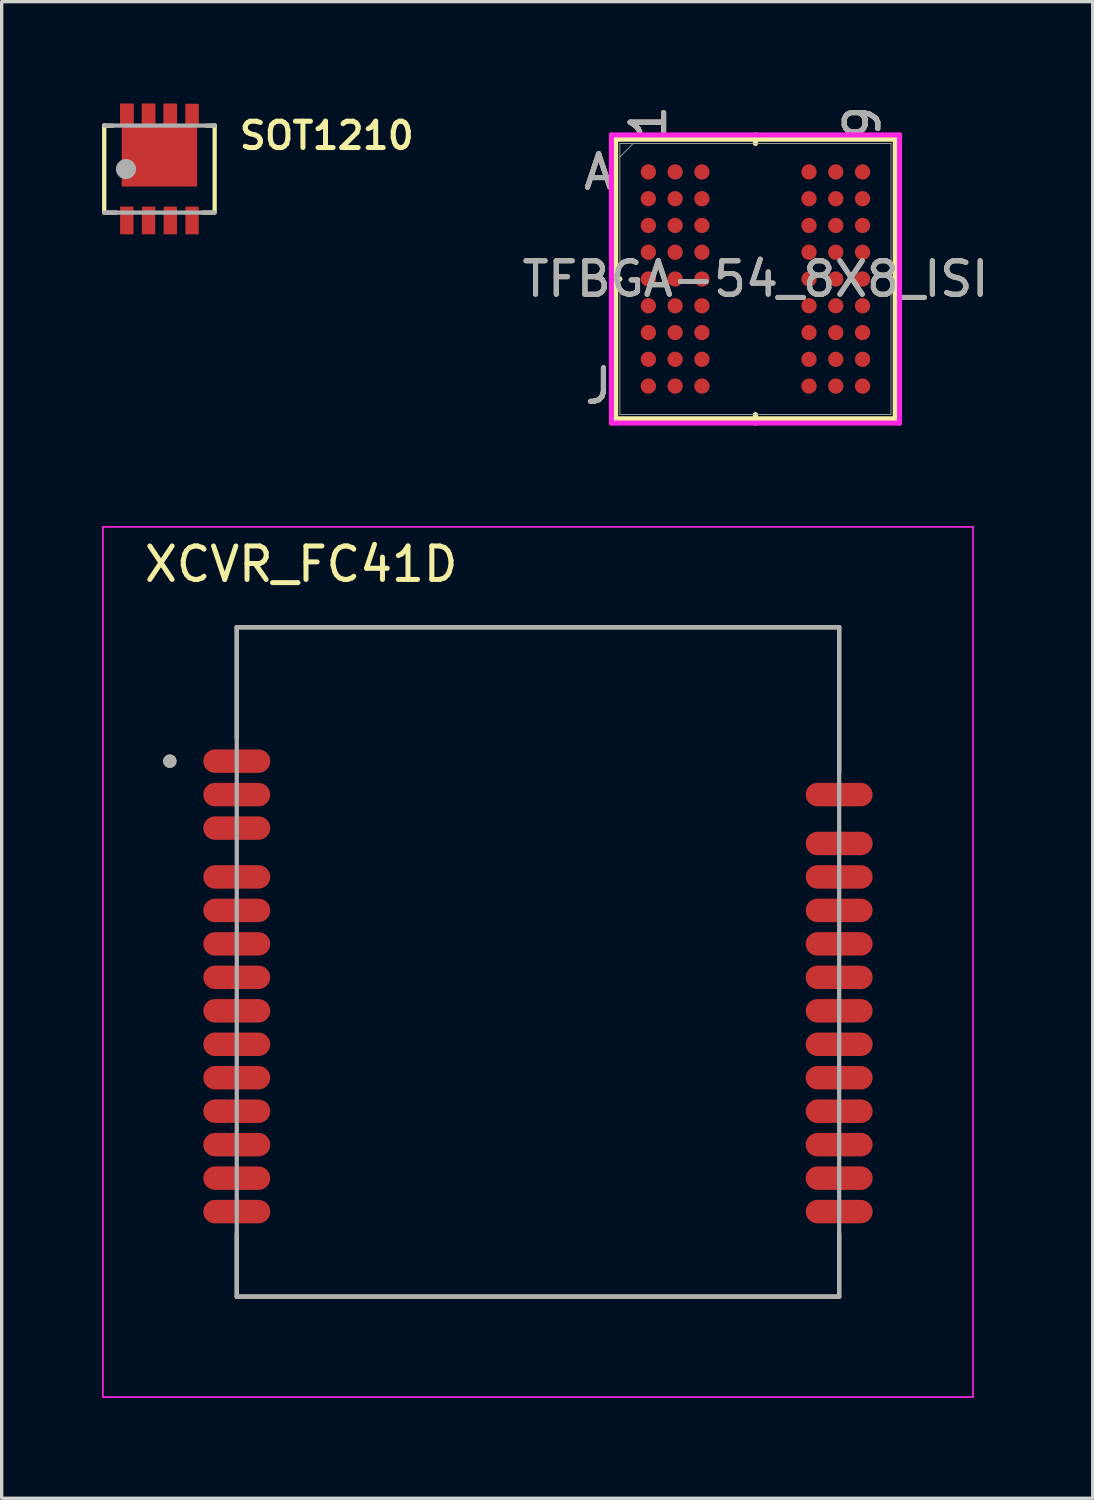
<source format=kicad_pcb>
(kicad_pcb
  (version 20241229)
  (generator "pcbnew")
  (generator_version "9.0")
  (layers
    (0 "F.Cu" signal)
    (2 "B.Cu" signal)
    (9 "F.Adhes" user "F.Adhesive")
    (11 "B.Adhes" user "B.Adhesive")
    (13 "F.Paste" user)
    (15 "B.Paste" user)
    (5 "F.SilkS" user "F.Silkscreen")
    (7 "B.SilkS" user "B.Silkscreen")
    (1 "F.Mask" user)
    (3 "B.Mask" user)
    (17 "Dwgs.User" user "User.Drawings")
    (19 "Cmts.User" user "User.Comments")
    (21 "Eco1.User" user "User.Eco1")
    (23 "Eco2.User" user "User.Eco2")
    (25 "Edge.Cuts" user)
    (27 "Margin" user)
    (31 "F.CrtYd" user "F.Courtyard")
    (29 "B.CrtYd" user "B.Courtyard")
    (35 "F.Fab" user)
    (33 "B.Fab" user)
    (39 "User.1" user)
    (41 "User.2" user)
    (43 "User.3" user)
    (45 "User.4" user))
  (footprint "SOT1210"
    (layer "F.Cu")
    (at 1.714 2.002)
    (property "Reference" "SOT1210" (at 5 -1 0) (layer "F.SilkS") (effects (font (size 0.787 0.787) (thickness 0.15))))
    (attr smd)
    (fp_poly (pts (xy -1.225 1.07) (xy -0.725 1.07) (xy -0.725 2) (xy -1.225 2)) (stroke (width 0.01) (type solid)) (fill yes) (layer "F.Mask"))
    (fp_poly (pts (xy -0.575 1.07) (xy -0.075 1.07) (xy -0.075 2) (xy -0.575 2)) (stroke (width 0.01) (type solid)) (fill yes) (layer "F.Mask"))
    (fp_poly (pts (xy 0.075 1.07) (xy 0.575 1.07) (xy 0.575 2) (xy 0.075 2)) (stroke (width 0.01) (type solid)) (fill yes) (layer "F.Mask"))
    (fp_poly (pts (xy 0.725 1.07) (xy 1.225 1.07) (xy 1.225 2) (xy 0.725 2)) (stroke (width 0.01) (type solid)) (fill yes) (layer "F.Mask"))
    (fp_poly (pts (xy -0.725 -2) (xy -0.725 -1.38) (xy -0.575 -1.38) (xy -0.575 -2) (xy -0.075 -2) (xy -0.075 -1.38) (xy 0.075 -1.38) (xy 0.075 -2) (xy 0.575 -2) (xy 0.575 -1.38) (xy 0.725 -1.38) (xy 0.725 -2) (xy 1.225 -2) (xy 1.225 -1.15) (xy 1.188 -1.15) (xy 1.188 0.57) (xy -1.188 0.57) (xy -1.188 -1.15) (xy -1.225 -1.15) (xy -1.225 -2)) (stroke (width 0.005) (type solid)) (fill yes) (layer "F.Mask"))
    (fp_line (start -1.65 -1.296) (end -1.65 -1.3) (stroke (width 0.127) (type solid)) (layer "F.SilkS"))
    (fp_line (start -1.65 -1.296) (end -1.404 -1.296) (stroke (width 0.127) (type solid)) (layer "F.SilkS"))
    (fp_line (start -1.65 1.3) (end -1.65 -1.296) (stroke (width 0.127) (type solid)) (layer "F.SilkS"))
    (fp_line (start -1.62 1.3) (end -1.296 1.3) (stroke (width 0.127) (type solid)) (layer "F.SilkS"))
    (fp_line (start 1.62 1.3) (end 1.296 1.3) (stroke (width 0.127) (type solid)) (layer "F.SilkS"))
    (fp_line (start 1.65 -1.3) (end 1.65 -1.296) (stroke (width 0.127) (type solid)) (layer "F.SilkS"))
    (fp_line (start 1.65 -1.296) (end 1.404 -1.296) (stroke (width 0.127) (type solid)) (layer "F.SilkS"))
    (fp_line (start 1.65 -1.296) (end 1.65 1.3) (stroke (width 0.127) (type solid)) (layer "F.SilkS"))
    (fp_poly (pts (xy -1.125 -1.95) (xy -0.825 -1.95) (xy -0.825 -1.2) (xy -1.125 -1.2)) (stroke (width 0.01) (type solid)) (fill yes) (layer "F.Paste"))
    (fp_poly (pts (xy -1.125 1.12) (xy -0.825 1.12) (xy -0.825 1.95) (xy -1.125 1.95)) (stroke (width 0.01) (type solid)) (fill yes) (layer "F.Paste"))
    (fp_poly (pts (xy -0.944 -0.9) (xy -0.308 -0.9) (xy -0.308 -0.39) (xy -0.944 -0.39)) (stroke (width 0.01) (type solid)) (fill yes) (layer "F.Paste"))
    (fp_poly (pts (xy -0.944 -0.04) (xy -0.308 -0.04) (xy -0.308 0.47) (xy -0.944 0.47)) (stroke (width 0.01) (type solid)) (fill yes) (layer "F.Paste"))
    (fp_poly (pts (xy -0.475 -1.95) (xy -0.175 -1.95) (xy -0.175 -1.2) (xy -0.475 -1.2)) (stroke (width 0.01) (type solid)) (fill yes) (layer "F.Paste"))
    (fp_poly (pts (xy -0.475 1.12) (xy -0.175 1.12) (xy -0.175 1.95) (xy -0.475 1.95)) (stroke (width 0.01) (type solid)) (fill yes) (layer "F.Paste"))
    (fp_poly (pts (xy 0.175 -1.95) (xy 0.475 -1.95) (xy 0.475 -1.2) (xy 0.175 -1.2)) (stroke (width 0.01) (type solid)) (fill yes) (layer "F.Paste"))
    (fp_poly (pts (xy 0.175 1.12) (xy 0.475 1.12) (xy 0.475 1.95) (xy 0.175 1.95)) (stroke (width 0.01) (type solid)) (fill yes) (layer "F.Paste"))
    (fp_poly (pts (xy 0.308 -0.9) (xy 0.944 -0.9) (xy 0.944 -0.39) (xy 0.308 -0.39)) (stroke (width 0.01) (type solid)) (fill yes) (layer "F.Paste"))
    (fp_poly (pts (xy 0.308 -0.04) (xy 0.944 -0.04) (xy 0.944 0.47) (xy 0.308 0.47)) (stroke (width 0.01) (type solid)) (fill yes) (layer "F.Paste"))
    (fp_poly (pts (xy 0.825 -1.95) (xy 1.125 -1.95) (xy 1.125 -1.2) (xy 0.825 -1.2)) (stroke (width 0.01) (type solid)) (fill yes) (layer "F.Paste"))
    (fp_poly (pts (xy 0.825 1.12) (xy 1.125 1.12) (xy 1.125 1.95) (xy 0.825 1.95)) (stroke (width 0.01) (type solid)) (fill yes) (layer "F.Paste"))
    (fp_line (start -1.65 -1.3) (end 1.65 -1.3) (stroke (width 0.127) (type solid)) (layer "F.Fab"))
    (fp_line (start 1.65 1.3) (end -1.65 1.3) (stroke (width 0.127) (type solid)) (layer "F.Fab"))
    (fp_circle (center -1 0) (end -0.7 0) (stroke (width 0) (type solid)) (fill yes) (layer "F.Fab"))
    (pad "1" smd rect (at -0.975 1.535) (size 0.4 0.83) (layers "F.Cu"))
    (pad "2" smd rect (at -0.325 1.535) (size 0.4 0.83) (layers "F.Cu"))
    (pad "3" smd rect (at 0.325 1.535) (size 0.4 0.83) (layers "F.Cu"))
    (pad "4" smd rect (at 0.975 1.535) (size 0.4 0.83) (layers "F.Cu"))
    (pad "MB@1" smd custom (at 0.975 -1.645) (size 0.4 0.62) (layers "F.Cu") (options (anchor rect)) (primitives (gr_poly (pts (xy -2.1 0.315) (xy -2.1 2.165) (xy 0.15 2.165) (xy 0.15 0.315) (xy 0.2 0.315) (xy 0.2 -0.305) (xy -0.2 -0.305) (xy -0.2 0.315) (xy -0.45 0.315) (xy -0.45 -0.305) (xy -0.85 -0.305) (xy -0.85 0.315) (xy -1.1 0.315) (xy -1.1 -0.305) (xy -1.5 -0.305) (xy -1.5 0.315) (xy -1.75 0.315) (xy -1.75 -0.305) (xy -2.15 -0.305) (xy -2.15 0.315)) (width 0.005) (fill yes))))
    (pad "MB@2" smd rect (at -0.975 -1.645) (size 0.4 0.62) (layers "F.Cu"))
    (pad "MB@3" smd rect (at 0.325 -1.645) (size 0.4 0.62) (layers "F.Cu"))
    (pad "MB@4" smd rect (at -0.325 -1.645) (size 0.4 0.62) (layers "F.Cu")))
  (footprint "TFBGA-54_8X8_ISI"
    (layer "F.Cu")
    (at 19.524 5.287)
    (property "Reference" "TFBGA-54_8X8_ISI" (at 0 0 0) (unlocked yes) (layer "F.SilkS") (effects (font (size 1 1) (thickness 0.15))))
    (attr smd)
    (fp_line (start -4.178 -4.178) (end -4.178 4.178) (stroke (width 0.152) (type solid)) (layer "F.SilkS"))
    (fp_line (start -4.178 4.178) (end 4.178 4.178) (stroke (width 0.152) (type solid)) (layer "F.SilkS"))
    (fp_line (start -4.051 0) (end -4.305 0) (stroke (width 0.152) (type solid)) (layer "F.SilkS"))
    (fp_line (start 0 -4.051) (end 0 -4.305) (stroke (width 0.152) (type solid)) (layer "F.SilkS"))
    (fp_line (start 0 4.051) (end 0 4.305) (stroke (width 0.152) (type solid)) (layer "F.SilkS"))
    (fp_line (start 4.051 0) (end 4.305 0) (stroke (width 0.152) (type solid)) (layer "F.SilkS"))
    (fp_line (start 4.178 -4.178) (end -4.178 -4.178) (stroke (width 0.152) (type solid)) (layer "F.SilkS"))
    (fp_line (start 4.178 4.178) (end 4.178 -4.178) (stroke (width 0.152) (type solid)) (layer "F.SilkS"))
    (fp_poly (pts (xy -4.045 -4.045) (xy 4.045 -4.045) (xy 4.045 4.045) (xy -4.045 4.045)) (stroke (width 0.1) (type solid)) (fill no) (layer "Eco2.User"))
    (fp_line (start -4.305 -4.305) (end 4.305 -4.305) (stroke (width 0.152) (type solid)) (layer "F.CrtYd"))
    (fp_line (start -4.305 4.305) (end -4.305 -4.305) (stroke (width 0.152) (type solid)) (layer "F.CrtYd"))
    (fp_line (start 4.305 -4.305) (end 4.305 4.305) (stroke (width 0.152) (type solid)) (layer "F.CrtYd"))
    (fp_line (start 4.305 4.305) (end -4.305 4.305) (stroke (width 0.152) (type solid)) (layer "F.CrtYd"))
    (fp_line (start -4.051 -4.051) (end -4.051 4.051) (stroke (width 0.025) (type solid)) (layer "F.Fab"))
    (fp_line (start -4.051 4.051) (end 4.051 4.051) (stroke (width 0.025) (type solid)) (layer "F.Fab"))
    (fp_line (start -3.651 -4.051) (end -4.051 -3.651) (stroke (width 0.025) (type solid)) (layer "F.Fab"))
    (fp_line (start 4.051 -4.051) (end -4.051 -4.051) (stroke (width 0.025) (type solid)) (layer "F.Fab"))
    (fp_line (start 4.051 4.051) (end 4.051 -4.051) (stroke (width 0.025) (type solid)) (layer "F.Fab"))
    (fp_text user "A" (at -4.686 -3.2 0) (unlocked yes) (layer "F.SilkS") (effects (font (size 1 1) (thickness 0.15))))
    (fp_text user "9" (at 3.2 -4.686 90) (unlocked yes) (layer "F.SilkS") (effects (font (size 1 1) (thickness 0.15))))
    (fp_text user "J" (at -4.686 3.2 0) (unlocked yes) (layer "F.SilkS") (effects (font (size 1 1) (thickness 0.15))))
    (fp_text user "1" (at -3.2 -4.686 90) (unlocked yes) (layer "F.SilkS") (effects (font (size 1 1) (thickness 0.15))))
    (fp_text user "A" (at -4.686 -3.2 0) (unlocked yes) (layer "B.SilkS") (effects (font (size 1 1) (thickness 0.15))))
    (fp_text user "9" (at 3.2 -4.686 90) (unlocked yes) (layer "B.SilkS") (effects (font (size 1 1) (thickness 0.15))))
    (fp_text user "1" (at -3.2 -4.686 90) (unlocked yes) (layer "B.SilkS") (effects (font (size 1 1) (thickness 0.15))))
    (fp_text user "J" (at -4.686 3.2 0) (unlocked yes) (layer "B.SilkS") (effects (font (size 1 1) (thickness 0.15))))
    (fp_text user "A" (at -4.686 -3.2 0) (unlocked yes) (layer "F.Fab") (effects (font (size 1 1) (thickness 0.15))))
    (fp_text user "9" (at 3.2 -4.686 90) (unlocked yes) (layer "F.Fab") (effects (font (size 1 1) (thickness 0.15))))
    (fp_text user "J" (at -4.686 3.2 0) (unlocked yes) (layer "F.Fab") (effects (font (size 1 1) (thickness 0.15))))
    (fp_text user "1" (at -3.2 -4.686 90) (unlocked yes) (layer "F.Fab") (effects (font (size 1 1) (thickness 0.15))))
    (fp_text user "${REFERENCE}" (at 0 0 0) (unlocked yes) (layer "F.Fab") (effects (font (size 1 1) (thickness 0.15))))
    (pad "A1" smd circle (at -3.2 -3.2) (size 0.457 0.457) (layers "F.Cu" "F.Mask" "F.Paste"))
    (pad "A2" smd circle (at -2.4 -3.2) (size 0.457 0.457) (layers "F.Cu" "F.Mask" "F.Paste"))
    (pad "A3" smd circle (at -1.6 -3.2) (size 0.457 0.457) (layers "F.Cu" "F.Mask" "F.Paste"))
    (pad "A7" smd circle (at 1.6 -3.2) (size 0.457 0.457) (layers "F.Cu" "F.Mask" "F.Paste"))
    (pad "A8" smd circle (at 2.4 -3.2) (size 0.457 0.457) (layers "F.Cu" "F.Mask" "F.Paste"))
    (pad "A9" smd circle (at 3.2 -3.2) (size 0.457 0.457) (layers "F.Cu" "F.Mask" "F.Paste"))
    (pad "B1" smd circle (at -3.2 -2.4) (size 0.457 0.457) (layers "F.Cu" "F.Mask" "F.Paste"))
    (pad "B2" smd circle (at -2.4 -2.4) (size 0.457 0.457) (layers "F.Cu" "F.Mask" "F.Paste"))
    (pad "B3" smd circle (at -1.6 -2.4) (size 0.457 0.457) (layers "F.Cu" "F.Mask" "F.Paste"))
    (pad "B7" smd circle (at 1.6 -2.4) (size 0.457 0.457) (layers "F.Cu" "F.Mask" "F.Paste"))
    (pad "B8" smd circle (at 2.4 -2.4) (size 0.457 0.457) (layers "F.Cu" "F.Mask" "F.Paste"))
    (pad "B9" smd circle (at 3.2 -2.4) (size 0.457 0.457) (layers "F.Cu" "F.Mask" "F.Paste"))
    (pad "C1" smd circle (at -3.2 -1.6) (size 0.457 0.457) (layers "F.Cu" "F.Mask" "F.Paste"))
    (pad "C2" smd circle (at -2.4 -1.6) (size 0.457 0.457) (layers "F.Cu" "F.Mask" "F.Paste"))
    (pad "C3" smd circle (at -1.6 -1.6) (size 0.457 0.457) (layers "F.Cu" "F.Mask" "F.Paste"))
    (pad "C7" smd circle (at 1.6 -1.6) (size 0.457 0.457) (layers "F.Cu" "F.Mask" "F.Paste"))
    (pad "C8" smd circle (at 2.4 -1.6) (size 0.457 0.457) (layers "F.Cu" "F.Mask" "F.Paste"))
    (pad "C9" smd circle (at 3.2 -1.6) (size 0.457 0.457) (layers "F.Cu" "F.Mask" "F.Paste"))
    (pad "D1" smd circle (at -3.2 -0.8) (size 0.457 0.457) (layers "F.Cu" "F.Mask" "F.Paste"))
    (pad "D2" smd circle (at -2.4 -0.8) (size 0.457 0.457) (layers "F.Cu" "F.Mask" "F.Paste"))
    (pad "D3" smd circle (at -1.6 -0.8) (size 0.457 0.457) (layers "F.Cu" "F.Mask" "F.Paste"))
    (pad "D7" smd circle (at 1.6 -0.8) (size 0.457 0.457) (layers "F.Cu" "F.Mask" "F.Paste"))
    (pad "D8" smd circle (at 2.4 -0.8) (size 0.457 0.457) (layers "F.Cu" "F.Mask" "F.Paste"))
    (pad "D9" smd circle (at 3.2 -0.8) (size 0.457 0.457) (layers "F.Cu" "F.Mask" "F.Paste"))
    (pad "E1" smd circle (at -3.2 0) (size 0.457 0.457) (layers "F.Cu" "F.Mask" "F.Paste"))
    (pad "E2" smd circle (at -2.4 0) (size 0.457 0.457) (layers "F.Cu" "F.Mask" "F.Paste"))
    (pad "E3" smd circle (at -1.6 0) (size 0.457 0.457) (layers "F.Cu" "F.Mask" "F.Paste"))
    (pad "E7" smd circle (at 1.6 0) (size 0.457 0.457) (layers "F.Cu" "F.Mask" "F.Paste"))
    (pad "E8" smd circle (at 2.4 0) (size 0.457 0.457) (layers "F.Cu" "F.Mask" "F.Paste"))
    (pad "E9" smd circle (at 3.2 0) (size 0.457 0.457) (layers "F.Cu" "F.Mask" "F.Paste"))
    (pad "F1" smd circle (at -3.2 0.8) (size 0.457 0.457) (layers "F.Cu" "F.Mask" "F.Paste"))
    (pad "F2" smd circle (at -2.4 0.8) (size 0.457 0.457) (layers "F.Cu" "F.Mask" "F.Paste"))
    (pad "F3" smd circle (at -1.6 0.8) (size 0.457 0.457) (layers "F.Cu" "F.Mask" "F.Paste"))
    (pad "F7" smd circle (at 1.6 0.8) (size 0.457 0.457) (layers "F.Cu" "F.Mask" "F.Paste"))
    (pad "F8" smd circle (at 2.4 0.8) (size 0.457 0.457) (layers "F.Cu" "F.Mask" "F.Paste"))
    (pad "F9" smd circle (at 3.2 0.8) (size 0.457 0.457) (layers "F.Cu" "F.Mask" "F.Paste"))
    (pad "G1" smd circle (at -3.2 1.6) (size 0.457 0.457) (layers "F.Cu" "F.Mask" "F.Paste"))
    (pad "G2" smd circle (at -2.4 1.6) (size 0.457 0.457) (layers "F.Cu" "F.Mask" "F.Paste"))
    (pad "G3" smd circle (at -1.6 1.6) (size 0.457 0.457) (layers "F.Cu" "F.Mask" "F.Paste"))
    (pad "G7" smd circle (at 1.6 1.6) (size 0.457 0.457) (layers "F.Cu" "F.Mask" "F.Paste"))
    (pad "G8" smd circle (at 2.4 1.6) (size 0.457 0.457) (layers "F.Cu" "F.Mask" "F.Paste"))
    (pad "G9" smd circle (at 3.2 1.6) (size 0.457 0.457) (layers "F.Cu" "F.Mask" "F.Paste"))
    (pad "H1" smd circle (at -3.2 2.4) (size 0.457 0.457) (layers "F.Cu" "F.Mask" "F.Paste"))
    (pad "H2" smd circle (at -2.4 2.4) (size 0.457 0.457) (layers "F.Cu" "F.Mask" "F.Paste"))
    (pad "H3" smd circle (at -1.6 2.4) (size 0.457 0.457) (layers "F.Cu" "F.Mask" "F.Paste"))
    (pad "H7" smd circle (at 1.6 2.4) (size 0.457 0.457) (layers "F.Cu" "F.Mask" "F.Paste"))
    (pad "H8" smd circle (at 2.4 2.4) (size 0.457 0.457) (layers "F.Cu" "F.Mask" "F.Paste"))
    (pad "H9" smd circle (at 3.2 2.4) (size 0.457 0.457) (layers "F.Cu" "F.Mask" "F.Paste"))
    (pad "J1" smd circle (at -3.2 3.2) (size 0.457 0.457) (layers "F.Cu" "F.Mask" "F.Paste"))
    (pad "J2" smd circle (at -2.4 3.2) (size 0.457 0.457) (layers "F.Cu" "F.Mask" "F.Paste"))
    (pad "J3" smd circle (at -1.6 3.2) (size 0.457 0.457) (layers "F.Cu" "F.Mask" "F.Paste"))
    (pad "J7" smd circle (at 1.6 3.2) (size 0.457 0.457) (layers "F.Cu" "F.Mask" "F.Paste"))
    (pad "J8" smd circle (at 2.4 3.2) (size 0.457 0.457) (layers "F.Cu" "F.Mask" "F.Paste"))
    (pad "J9" smd circle (at 3.2 3.2) (size 0.457 0.457) (layers "F.Cu" "F.Mask" "F.Paste")))
  (footprint "XCVR_FC41D"
    (layer "F.Cu")
    (at 13.025 25.694)
    (property "Reference" "XCVR_FC41D" (at -7.075 -11.885 0) (layer "F.SilkS") (effects (font (size 1 1) (thickness 0.15))))
    (attr smd)
    (fp_line (start -9 -10) (end -9 -6.67) (stroke (width 0.127) (type solid)) (layer "F.SilkS"))
    (fp_line (start -9 10) (end -9 8.13) (stroke (width 0.127) (type solid)) (layer "F.SilkS"))
    (fp_line (start -9 10) (end 9 10) (stroke (width 0.127) (type solid)) (layer "F.SilkS"))
    (fp_line (start 9 -10) (end -9 -10) (stroke (width 0.127) (type solid)) (layer "F.SilkS"))
    (fp_line (start 9 -5.67) (end 9 -10) (stroke (width 0.127) (type solid)) (layer "F.SilkS"))
    (fp_line (start 9 10) (end 9 8.13) (stroke (width 0.127) (type solid)) (layer "F.SilkS"))
    (fp_circle (center -11 -6) (end -10.9 -6) (stroke (width 0.2) (type solid)) (fill no) (layer "F.SilkS"))
    (fp_line (start -13 -13) (end -13 13) (stroke (width 0.05) (type solid)) (layer "F.CrtYd"))
    (fp_line (start -13 13) (end 13 13) (stroke (width 0.05) (type solid)) (layer "F.CrtYd"))
    (fp_line (start 13 -13) (end -13 -13) (stroke (width 0.05) (type solid)) (layer "F.CrtYd"))
    (fp_line (start 13 13) (end 13 -13) (stroke (width 0.05) (type solid)) (layer "F.CrtYd"))
    (fp_line (start -9 -10) (end -9 10) (stroke (width 0.127) (type solid)) (layer "F.Fab"))
    (fp_line (start -9 10) (end 9 10) (stroke (width 0.127) (type solid)) (layer "F.Fab"))
    (fp_line (start 9 -10) (end -9 -10) (stroke (width 0.127) (type solid)) (layer "F.Fab"))
    (fp_line (start 9 10) (end 9 -10) (stroke (width 0.127) (type solid)) (layer "F.Fab"))
    (fp_circle (center -11 -6) (end -10.9 -6) (stroke (width 0.2) (type solid)) (fill no) (layer "F.Fab"))
    (pad "1" smd oval (at -9 -6) (size 2 0.7) (layers "F.Cu" "F.Mask" "F.Paste"))
    (pad "2" smd oval (at -9 -5) (size 2 0.7) (layers "F.Cu" "F.Mask" "F.Paste"))
    (pad "3" smd oval (at -9 -4) (size 2 0.7) (layers "F.Cu" "F.Mask" "F.Paste"))
    (pad "4" smd oval (at -9 -2.54) (size 2 0.7) (layers "F.Cu" "F.Mask" "F.Paste"))
    (pad "5" smd oval (at -9 -1.54) (size 2 0.7) (layers "F.Cu" "F.Mask" "F.Paste"))
    (pad "6" smd oval (at -9 -0.54) (size 2 0.7) (layers "F.Cu" "F.Mask" "F.Paste"))
    (pad "7" smd oval (at -9 0.46) (size 2 0.7) (layers "F.Cu" "F.Mask" "F.Paste"))
    (pad "8" smd oval (at -9 1.46) (size 2 0.7) (layers "F.Cu" "F.Mask" "F.Paste"))
    (pad "9" smd oval (at -9 2.46) (size 2 0.7) (layers "F.Cu" "F.Mask" "F.Paste"))
    (pad "10" smd oval (at -9 3.46) (size 2 0.7) (layers "F.Cu" "F.Mask" "F.Paste"))
    (pad "11" smd oval (at -9 4.46) (size 2 0.7) (layers "F.Cu" "F.Mask" "F.Paste"))
    (pad "12" smd oval (at -9 5.46) (size 2 0.7) (layers "F.Cu" "F.Mask" "F.Paste"))
    (pad "13" smd oval (at -9 6.46) (size 2 0.7) (layers "F.Cu" "F.Mask" "F.Paste"))
    (pad "14" smd oval (at -9 7.46) (size 2 0.7) (layers "F.Cu" "F.Mask" "F.Paste"))
    (pad "15" smd oval (at 9 7.46) (size 2 0.7) (layers "F.Cu" "F.Mask" "F.Paste"))
    (pad "16" smd oval (at 9 6.46) (size 2 0.7) (layers "F.Cu" "F.Mask" "F.Paste"))
    (pad "17" smd oval (at 9 5.46) (size 2 0.7) (layers "F.Cu" "F.Mask" "F.Paste"))
    (pad "18" smd oval (at 9 4.46) (size 2 0.7) (layers "F.Cu" "F.Mask" "F.Paste"))
    (pad "19" smd oval (at 9 3.46) (size 2 0.7) (layers "F.Cu" "F.Mask" "F.Paste"))
    (pad "20" smd oval (at 9 2.46) (size 2 0.7) (layers "F.Cu" "F.Mask" "F.Paste"))
    (pad "21" smd oval (at 9 1.46) (size 2 0.7) (layers "F.Cu" "F.Mask" "F.Paste"))
    (pad "22" smd oval (at 9 0.46) (size 2 0.7) (layers "F.Cu" "F.Mask" "F.Paste"))
    (pad "23" smd oval (at 9 -0.54) (size 2 0.7) (layers "F.Cu" "F.Mask" "F.Paste"))
    (pad "24" smd oval (at 9 -1.54) (size 2 0.7) (layers "F.Cu" "F.Mask" "F.Paste"))
    (pad "25" smd oval (at 9 -2.54) (size 2 0.7) (layers "F.Cu" "F.Mask" "F.Paste"))
    (pad "26" smd oval (at 9 -3.54) (size 2 0.7) (layers "F.Cu" "F.Mask" "F.Paste"))
    (pad "27" smd oval (at 9 -5) (size 2 0.7) (layers "F.Cu" "F.Mask" "F.Paste")))
  (gr_rect
    (start -3 -3)
    (end 29.602 41.719)
    (stroke (width 0.1) (type default))
    (fill no)
    (layer "Edge.Cuts")))
</source>
